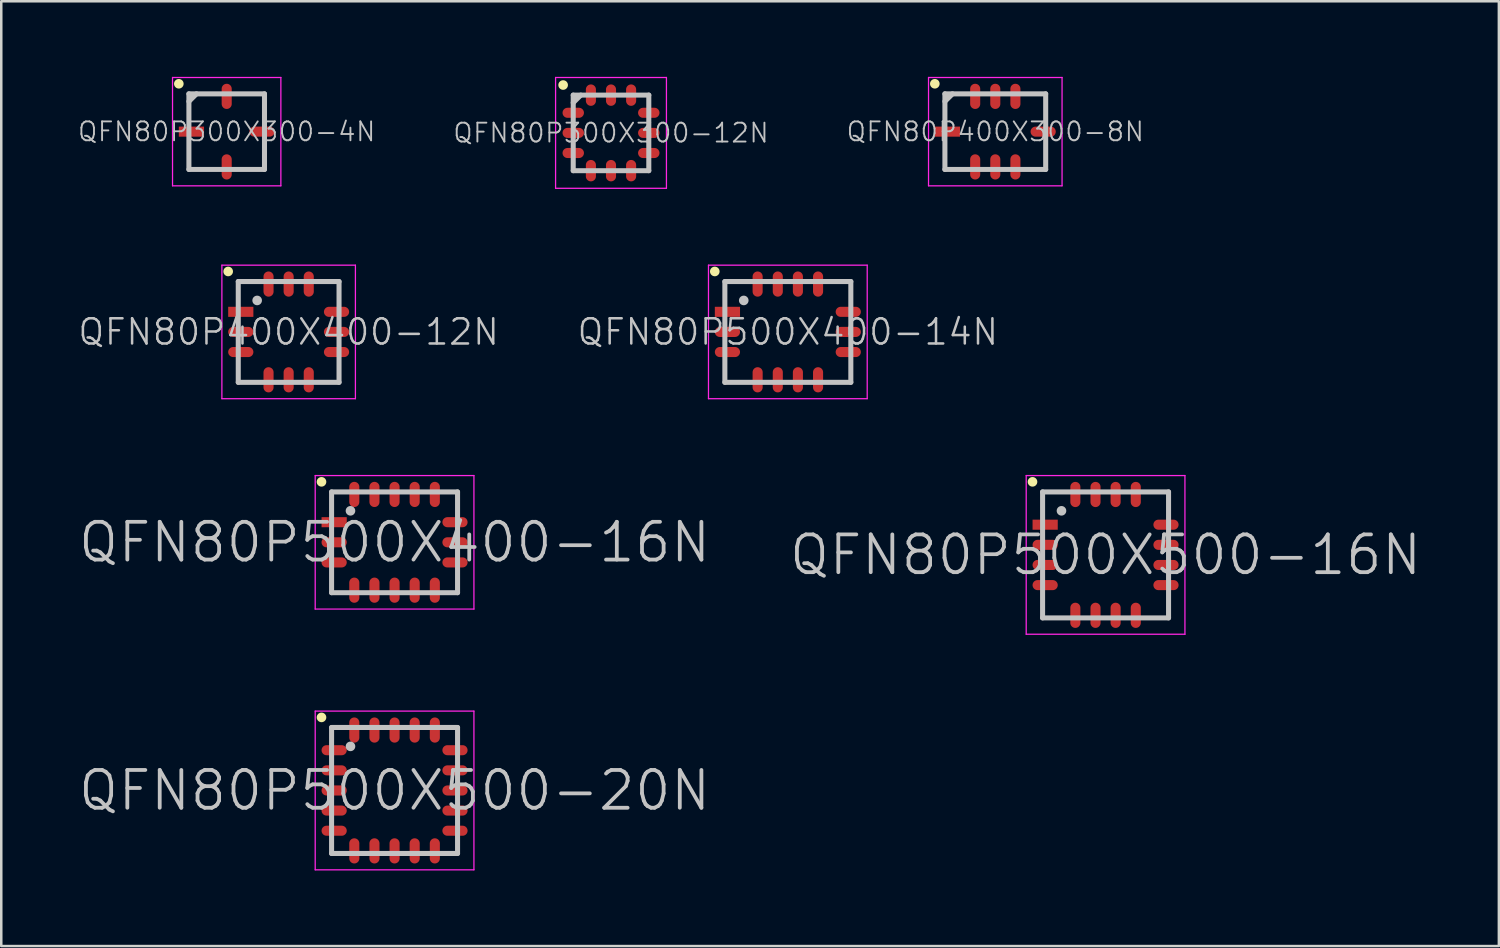
<source format=kicad_pcb>
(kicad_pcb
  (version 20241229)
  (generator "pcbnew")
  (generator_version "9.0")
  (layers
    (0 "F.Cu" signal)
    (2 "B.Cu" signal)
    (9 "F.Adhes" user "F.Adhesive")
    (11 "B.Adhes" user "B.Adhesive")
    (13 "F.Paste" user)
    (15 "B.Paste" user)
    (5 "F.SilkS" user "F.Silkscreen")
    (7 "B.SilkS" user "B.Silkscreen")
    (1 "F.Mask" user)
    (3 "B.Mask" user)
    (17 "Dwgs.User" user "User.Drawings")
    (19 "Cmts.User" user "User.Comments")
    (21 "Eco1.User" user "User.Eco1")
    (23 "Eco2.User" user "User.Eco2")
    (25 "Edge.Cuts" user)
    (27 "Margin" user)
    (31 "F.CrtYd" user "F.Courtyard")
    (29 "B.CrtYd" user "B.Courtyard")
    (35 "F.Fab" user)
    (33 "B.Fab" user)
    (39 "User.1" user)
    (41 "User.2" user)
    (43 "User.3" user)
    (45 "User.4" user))
  (footprint "QFN80P400X400-12N"
    (layer "F.Cu")
    (at 8.407 10.125)
    (property "Reference" "QFN80P400X400-12N" (at 0 0 0) (layer "Dwgs.User") (effects (font (size 1 1) (thickness 0.1))))
    (attr smd)
    (fp_line (start -2.4 -2.4) (end -2.4 -2.4) (stroke (width 0.381) (type solid)) (layer "F.SilkS"))
    (fp_line (start -2 -2) (end -2 2) (stroke (width 0.2) (type solid)) (layer "Dwgs.User"))
    (fp_line (start -2 -2) (end 2 -2) (stroke (width 0.2) (type solid)) (layer "Dwgs.User"))
    (fp_line (start -2 2) (end 2 2) (stroke (width 0.2) (type solid)) (layer "Dwgs.User"))
    (fp_line (start -1.25 -1.25) (end -1.25 -1.25) (stroke (width 0.381) (type solid)) (layer "Dwgs.User"))
    (fp_line (start 2 -2) (end 2 2) (stroke (width 0.2) (type solid)) (layer "Dwgs.User"))
    (fp_line (start -2.65 -2.65) (end -2.65 2.65) (stroke (width 0.05) (type solid)) (layer "F.CrtYd"))
    (fp_line (start -2.65 -2.65) (end 2.65 -2.65) (stroke (width 0.05) (type solid)) (layer "F.CrtYd"))
    (fp_line (start -2.65 2.65) (end 2.65 2.65) (stroke (width 0.05) (type solid)) (layer "F.CrtYd"))
    (fp_line (start 2.65 -2.65) (end 2.65 2.65) (stroke (width 0.05) (type solid)) (layer "F.CrtYd"))
    (pad "1" smd rect (at -1.9 -0.798 90) (size 0.4 1) (layers "F.Cu" "F.Mask" "F.Paste"))
    (pad "2" smd oval (at -1.9 0 90) (size 0.4 1) (layers "F.Cu" "F.Mask" "F.Paste"))
    (pad "3" smd oval (at -1.9 0.798 90) (size 0.4 1) (layers "F.Cu" "F.Mask" "F.Paste"))
    (pad "4" smd oval (at -0.798 1.9 180) (size 0.4 1) (layers "F.Cu" "F.Mask" "F.Paste"))
    (pad "5" smd oval (at 0 1.9 180) (size 0.4 1) (layers "F.Cu" "F.Mask" "F.Paste"))
    (pad "6" smd oval (at 0.798 1.9 180) (size 0.4 1) (layers "F.Cu" "F.Mask" "F.Paste"))
    (pad "7" smd oval (at 1.9 0.798 270) (size 0.4 1) (layers "F.Cu" "F.Mask" "F.Paste"))
    (pad "8" smd oval (at 1.9 0 270) (size 0.4 1) (layers "F.Cu" "F.Mask" "F.Paste"))
    (pad "9" smd oval (at 1.9 -0.798 270) (size 0.4 1) (layers "F.Cu" "F.Mask" "F.Paste"))
    (pad "10" smd oval (at 0.798 -1.9) (size 0.4 1) (layers "F.Cu" "F.Mask" "F.Paste"))
    (pad "11" smd oval (at 0 -1.9) (size 0.4 1) (layers "F.Cu" "F.Mask" "F.Paste"))
    (pad "12" smd oval (at -0.798 -1.9) (size 0.4 1) (layers "F.Cu" "F.Mask" "F.Paste")))
  (footprint "QFN80P500X400-16N"
    (layer "F.Cu")
    (at 12.611 18.475)
    (property "Reference" "QFN80P500X400-16N" (at 0 0 0) (layer "Dwgs.User") (effects (font (size 1.5 1.5) (thickness 0.15))))
    (attr smd)
    (fp_line (start -2.9 -2.4) (end -2.9 -2.4) (stroke (width 0.381) (type solid)) (layer "F.SilkS"))
    (fp_line (start -2.5 -2) (end -2.5 2) (stroke (width 0.2) (type solid)) (layer "Dwgs.User"))
    (fp_line (start -2.5 -2) (end 2.5 -2) (stroke (width 0.2) (type solid)) (layer "Dwgs.User"))
    (fp_line (start -2.5 2) (end 2.5 2) (stroke (width 0.2) (type solid)) (layer "Dwgs.User"))
    (fp_line (start -1.75 -1.25) (end -1.75 -1.25) (stroke (width 0.381) (type solid)) (layer "Dwgs.User"))
    (fp_line (start 2.5 -2) (end 2.5 2) (stroke (width 0.2) (type solid)) (layer "Dwgs.User"))
    (fp_line (start -3.15 -2.65) (end -3.15 2.65) (stroke (width 0.05) (type solid)) (layer "F.CrtYd"))
    (fp_line (start -3.15 -2.65) (end 3.15 -2.65) (stroke (width 0.05) (type solid)) (layer "F.CrtYd"))
    (fp_line (start -3.15 2.65) (end 3.15 2.65) (stroke (width 0.05) (type solid)) (layer "F.CrtYd"))
    (fp_line (start 3.15 -2.65) (end 3.15 2.65) (stroke (width 0.05) (type solid)) (layer "F.CrtYd"))
    (pad "1" smd rect (at -2.398 -0.798 90) (size 0.4 1) (layers "F.Cu" "F.Mask" "F.Paste"))
    (pad "2" smd oval (at -2.398 0 90) (size 0.4 1) (layers "F.Cu" "F.Mask" "F.Paste"))
    (pad "3" smd oval (at -2.398 0.798 90) (size 0.4 1) (layers "F.Cu" "F.Mask" "F.Paste"))
    (pad "4" smd oval (at -1.598 1.9 180) (size 0.4 1) (layers "F.Cu" "F.Mask" "F.Paste"))
    (pad "5" smd oval (at -0.798 1.9 180) (size 0.4 1) (layers "F.Cu" "F.Mask" "F.Paste"))
    (pad "6" smd oval (at 0 1.9 180) (size 0.4 1) (layers "F.Cu" "F.Mask" "F.Paste"))
    (pad "7" smd oval (at 0.798 1.9 180) (size 0.4 1) (layers "F.Cu" "F.Mask" "F.Paste"))
    (pad "8" smd oval (at 1.598 1.9 180) (size 0.4 1) (layers "F.Cu" "F.Mask" "F.Paste"))
    (pad "9" smd oval (at 2.398 0.798 270) (size 0.4 1) (layers "F.Cu" "F.Mask" "F.Paste"))
    (pad "10" smd oval (at 2.398 0 270) (size 0.4 1) (layers "F.Cu" "F.Mask" "F.Paste"))
    (pad "11" smd oval (at 2.398 -0.798 270) (size 0.4 1) (layers "F.Cu" "F.Mask" "F.Paste"))
    (pad "12" smd oval (at 1.598 -1.9) (size 0.4 1) (layers "F.Cu" "F.Mask" "F.Paste"))
    (pad "13" smd oval (at 0.798 -1.9) (size 0.4 1) (layers "F.Cu" "F.Mask" "F.Paste"))
    (pad "14" smd oval (at 0 -1.9) (size 0.4 1) (layers "F.Cu" "F.Mask" "F.Paste"))
    (pad "15" smd oval (at -0.798 -1.9) (size 0.4 1) (layers "F.Cu" "F.Mask" "F.Paste"))
    (pad "16" smd oval (at -1.598 -1.9) (size 0.4 1) (layers "F.Cu" "F.Mask" "F.Paste")))
  (footprint "QFN80P500X400-14N"
    (layer "F.Cu")
    (at 28.221 10.125)
    (property "Reference" "QFN80P500X400-14N" (at 0 0 0) (layer "Dwgs.User") (effects (font (size 1 1) (thickness 0.1))))
    (attr smd)
    (fp_line (start -2.9 -2.4) (end -2.9 -2.4) (stroke (width 0.381) (type solid)) (layer "F.SilkS"))
    (fp_line (start -2.5 -2) (end -2.5 2) (stroke (width 0.2) (type solid)) (layer "Dwgs.User"))
    (fp_line (start -2.5 -2) (end 2.5 -2) (stroke (width 0.2) (type solid)) (layer "Dwgs.User"))
    (fp_line (start -2.5 2) (end 2.5 2) (stroke (width 0.2) (type solid)) (layer "Dwgs.User"))
    (fp_line (start -1.75 -1.25) (end -1.75 -1.25) (stroke (width 0.381) (type solid)) (layer "Dwgs.User"))
    (fp_line (start 2.5 -2) (end 2.5 2) (stroke (width 0.2) (type solid)) (layer "Dwgs.User"))
    (fp_line (start -3.15 -2.65) (end -3.15 2.65) (stroke (width 0.05) (type solid)) (layer "F.CrtYd"))
    (fp_line (start -3.15 -2.65) (end 3.15 -2.65) (stroke (width 0.05) (type solid)) (layer "F.CrtYd"))
    (fp_line (start -3.15 2.65) (end 3.15 2.65) (stroke (width 0.05) (type solid)) (layer "F.CrtYd"))
    (fp_line (start 3.15 -2.65) (end 3.15 2.65) (stroke (width 0.05) (type solid)) (layer "F.CrtYd"))
    (pad "1" smd rect (at -2.398 -0.798 90) (size 0.4 1) (layers "F.Cu" "F.Mask" "F.Paste"))
    (pad "2" smd oval (at -2.398 0 90) (size 0.4 1) (layers "F.Cu" "F.Mask" "F.Paste"))
    (pad "3" smd oval (at -2.398 0.798 90) (size 0.4 1) (layers "F.Cu" "F.Mask" "F.Paste"))
    (pad "4" smd oval (at -1.199 1.9 180) (size 0.4 1) (layers "F.Cu" "F.Mask" "F.Paste"))
    (pad "5" smd oval (at -0.399 1.9 180) (size 0.4 1) (layers "F.Cu" "F.Mask" "F.Paste"))
    (pad "6" smd oval (at 0.399 1.9 180) (size 0.4 1) (layers "F.Cu" "F.Mask" "F.Paste"))
    (pad "7" smd oval (at 1.199 1.9 180) (size 0.4 1) (layers "F.Cu" "F.Mask" "F.Paste"))
    (pad "8" smd oval (at 2.398 0.798 270) (size 0.4 1) (layers "F.Cu" "F.Mask" "F.Paste"))
    (pad "9" smd oval (at 2.398 0 270) (size 0.4 1) (layers "F.Cu" "F.Mask" "F.Paste"))
    (pad "10" smd oval (at 2.398 -0.798 270) (size 0.4 1) (layers "F.Cu" "F.Mask" "F.Paste"))
    (pad "11" smd oval (at 1.199 -1.9) (size 0.4 1) (layers "F.Cu" "F.Mask" "F.Paste"))
    (pad "12" smd oval (at 0.399 -1.9) (size 0.4 1) (layers "F.Cu" "F.Mask" "F.Paste"))
    (pad "13" smd oval (at -0.399 -1.9) (size 0.4 1) (layers "F.Cu" "F.Mask" "F.Paste"))
    (pad "14" smd oval (at -1.199 -1.9) (size 0.4 1) (layers "F.Cu" "F.Mask" "F.Paste")))
  (footprint "QFN80P300X300-4N"
    (layer "F.Cu")
    (at 5.948 2.175)
    (property "Reference" "QFN80P300X300-4N" (at 0 0 0) (layer "Dwgs.User") (effects (font (size 0.75 0.75) (thickness 0.075))))
    (attr smd)
    (fp_line (start -1.9 -1.9) (end -1.9 -1.9) (stroke (width 0.381) (type solid)) (layer "F.SilkS"))
    (fp_line (start -1.5 -1.5) (end -1.5 1.5) (stroke (width 0.2) (type solid)) (layer "Dwgs.User"))
    (fp_line (start -1.5 -1.5) (end 1.5 -1.5) (stroke (width 0.2) (type solid)) (layer "Dwgs.User"))
    (fp_line (start -1.5 -1.2) (end -1.2 -1.5) (stroke (width 0.2) (type solid)) (layer "Dwgs.User"))
    (fp_line (start -1.5 1.5) (end 1.5 1.5) (stroke (width 0.2) (type solid)) (layer "Dwgs.User"))
    (fp_line (start 1.5 -1.5) (end 1.5 1.5) (stroke (width 0.2) (type solid)) (layer "Dwgs.User"))
    (fp_line (start -2.15 -2.15) (end -2.15 2.15) (stroke (width 0.05) (type solid)) (layer "F.CrtYd"))
    (fp_line (start -2.15 -2.15) (end 2.15 -2.15) (stroke (width 0.05) (type solid)) (layer "F.CrtYd"))
    (fp_line (start -2.15 2.15) (end 2.15 2.15) (stroke (width 0.05) (type solid)) (layer "F.CrtYd"))
    (fp_line (start 2.15 -2.15) (end 2.15 2.15) (stroke (width 0.05) (type solid)) (layer "F.CrtYd"))
    (pad "1" smd rect (at -1.4 0 90) (size 0.4 1) (layers "F.Cu" "F.Mask" "F.Paste"))
    (pad "2" smd oval (at 0 1.4 180) (size 0.4 1) (layers "F.Cu" "F.Mask" "F.Paste"))
    (pad "3" smd oval (at 1.4 0 270) (size 0.4 1) (layers "F.Cu" "F.Mask" "F.Paste"))
    (pad "4" smd oval (at 0 -1.4) (size 0.4 1) (layers "F.Cu" "F.Mask" "F.Paste")))
  (footprint "QFN80P500X500-16N"
    (layer "F.Cu")
    (at 40.832 18.975)
    (property "Reference" "QFN80P500X500-16N" (at 0 0 0) (layer "Dwgs.User") (effects (font (size 1.5 1.5) (thickness 0.15))))
    (attr smd)
    (fp_line (start -2.9 -2.9) (end -2.9 -2.9) (stroke (width 0.381) (type solid)) (layer "F.SilkS"))
    (fp_line (start -2.5 -2.5) (end -2.5 2.5) (stroke (width 0.2) (type solid)) (layer "Dwgs.User"))
    (fp_line (start -2.5 -2.5) (end 2.5 -2.5) (stroke (width 0.2) (type solid)) (layer "Dwgs.User"))
    (fp_line (start -2.5 2.5) (end 2.5 2.5) (stroke (width 0.2) (type solid)) (layer "Dwgs.User"))
    (fp_line (start -1.75 -1.75) (end -1.75 -1.75) (stroke (width 0.381) (type solid)) (layer "Dwgs.User"))
    (fp_line (start 2.5 -2.5) (end 2.5 2.5) (stroke (width 0.2) (type solid)) (layer "Dwgs.User"))
    (fp_line (start -3.15 -3.15) (end -3.15 3.15) (stroke (width 0.05) (type solid)) (layer "F.CrtYd"))
    (fp_line (start -3.15 -3.15) (end 3.15 -3.15) (stroke (width 0.05) (type solid)) (layer "F.CrtYd"))
    (fp_line (start -3.15 3.15) (end 3.15 3.15) (stroke (width 0.05) (type solid)) (layer "F.CrtYd"))
    (fp_line (start 3.15 -3.15) (end 3.15 3.15) (stroke (width 0.05) (type solid)) (layer "F.CrtYd"))
    (pad "1" smd rect (at -2.398 -1.199 90) (size 0.4 1) (layers "F.Cu" "F.Mask" "F.Paste"))
    (pad "2" smd oval (at -2.398 -0.399 90) (size 0.4 1) (layers "F.Cu" "F.Mask" "F.Paste"))
    (pad "3" smd oval (at -2.398 0.399 90) (size 0.4 1) (layers "F.Cu" "F.Mask" "F.Paste"))
    (pad "4" smd oval (at -2.398 1.199 90) (size 0.4 1) (layers "F.Cu" "F.Mask" "F.Paste"))
    (pad "5" smd oval (at -1.199 2.398 180) (size 0.4 1) (layers "F.Cu" "F.Mask" "F.Paste"))
    (pad "6" smd oval (at -0.399 2.398 180) (size 0.4 1) (layers "F.Cu" "F.Mask" "F.Paste"))
    (pad "7" smd oval (at 0.399 2.398 180) (size 0.4 1) (layers "F.Cu" "F.Mask" "F.Paste"))
    (pad "8" smd oval (at 1.199 2.398 180) (size 0.4 1) (layers "F.Cu" "F.Mask" "F.Paste"))
    (pad "9" smd oval (at 2.398 1.199 270) (size 0.4 1) (layers "F.Cu" "F.Mask" "F.Paste"))
    (pad "10" smd oval (at 2.398 0.399 270) (size 0.4 1) (layers "F.Cu" "F.Mask" "F.Paste"))
    (pad "11" smd oval (at 2.398 -0.399 270) (size 0.4 1) (layers "F.Cu" "F.Mask" "F.Paste"))
    (pad "12" smd oval (at 2.398 -1.199 270) (size 0.4 1) (layers "F.Cu" "F.Mask" "F.Paste"))
    (pad "13" smd oval (at 1.199 -2.398) (size 0.4 1) (layers "F.Cu" "F.Mask" "F.Paste"))
    (pad "14" smd oval (at 0.399 -2.398) (size 0.4 1) (layers "F.Cu" "F.Mask" "F.Paste"))
    (pad "15" smd oval (at -0.399 -2.398) (size 0.4 1) (layers "F.Cu" "F.Mask" "F.Paste"))
    (pad "16" smd oval (at -1.199 -2.398) (size 0.4 1) (layers "F.Cu" "F.Mask" "F.Paste")))
  (footprint "QFN80P300X300-12N"
    (layer "F.Cu")
    (at 21.202 2.225)
    (property "Reference" "QFN80P300X300-12N" (at 0 0 0) (layer "Dwgs.User") (effects (font (size 0.75 0.75) (thickness 0.075))))
    (attr smd)
    (fp_line (start -1.9 -1.9) (end -1.9 -1.9) (stroke (width 0.381) (type solid)) (layer "F.SilkS"))
    (fp_line (start -1.5 -1.5) (end -1.5 1.5) (stroke (width 0.2) (type solid)) (layer "Dwgs.User"))
    (fp_line (start -1.5 -1.5) (end 1.5 -1.5) (stroke (width 0.2) (type solid)) (layer "Dwgs.User"))
    (fp_line (start -1.5 -1.2) (end -1.2 -1.5) (stroke (width 0.2) (type solid)) (layer "Dwgs.User"))
    (fp_line (start -1.5 1.5) (end 1.5 1.5) (stroke (width 0.2) (type solid)) (layer "Dwgs.User"))
    (fp_line (start 1.5 -1.5) (end 1.5 1.5) (stroke (width 0.2) (type solid)) (layer "Dwgs.User"))
    (fp_line (start -2.2 -2.2) (end -2.2 2.2) (stroke (width 0.05) (type solid)) (layer "F.CrtYd"))
    (fp_line (start -2.2 -2.2) (end 2.2 -2.2) (stroke (width 0.05) (type solid)) (layer "F.CrtYd"))
    (fp_line (start -2.2 2.2) (end 2.2 2.2) (stroke (width 0.05) (type solid)) (layer "F.CrtYd"))
    (fp_line (start 2.2 -2.2) (end 2.2 2.2) (stroke (width 0.05) (type solid)) (layer "F.CrtYd"))
    (pad "1" smd oval (at -1.499 -0.798 90) (size 0.4 0.85) (layers "F.Cu" "F.Mask" "F.Paste"))
    (pad "2" smd oval (at -1.499 0 90) (size 0.4 0.85) (layers "F.Cu" "F.Mask" "F.Paste"))
    (pad "3" smd oval (at -1.499 0.798 90) (size 0.4 0.85) (layers "F.Cu" "F.Mask" "F.Paste"))
    (pad "4" smd oval (at -0.798 1.499 180) (size 0.4 0.85) (layers "F.Cu" "F.Mask" "F.Paste"))
    (pad "5" smd oval (at 0 1.499 180) (size 0.4 0.85) (layers "F.Cu" "F.Mask" "F.Paste"))
    (pad "6" smd oval (at 0.798 1.499 180) (size 0.4 0.85) (layers "F.Cu" "F.Mask" "F.Paste"))
    (pad "7" smd oval (at 1.499 0.798 270) (size 0.4 0.85) (layers "F.Cu" "F.Mask" "F.Paste"))
    (pad "8" smd oval (at 1.499 0 270) (size 0.4 0.85) (layers "F.Cu" "F.Mask" "F.Paste"))
    (pad "9" smd oval (at 1.499 -0.798 270) (size 0.4 0.85) (layers "F.Cu" "F.Mask" "F.Paste"))
    (pad "10" smd oval (at 0.798 -1.499) (size 0.4 0.85) (layers "F.Cu" "F.Mask" "F.Paste"))
    (pad "11" smd oval (at 0 -1.499) (size 0.4 0.85) (layers "F.Cu" "F.Mask" "F.Paste"))
    (pad "12" smd oval (at -0.798 -1.499) (size 0.4 0.85) (layers "F.Cu" "F.Mask" "F.Paste")))
  (footprint "QFN80P400X300-8N"
    (layer "F.Cu")
    (at 36.455 2.175)
    (property "Reference" "QFN80P400X300-8N" (at 0 0 0) (layer "Dwgs.User") (effects (font (size 0.75 0.75) (thickness 0.075))))
    (attr smd)
    (fp_line (start -2.4 -1.9) (end -2.4 -1.9) (stroke (width 0.381) (type solid)) (layer "F.SilkS"))
    (fp_line (start -2 -1.5) (end -2 1.5) (stroke (width 0.2) (type solid)) (layer "Dwgs.User"))
    (fp_line (start -2 -1.5) (end 2 -1.5) (stroke (width 0.2) (type solid)) (layer "Dwgs.User"))
    (fp_line (start -2 -1.2) (end -1.7 -1.5) (stroke (width 0.2) (type solid)) (layer "Dwgs.User"))
    (fp_line (start -2 1.5) (end 2 1.5) (stroke (width 0.2) (type solid)) (layer "Dwgs.User"))
    (fp_line (start 2 -1.5) (end 2 1.5) (stroke (width 0.2) (type solid)) (layer "Dwgs.User"))
    (fp_line (start -2.65 -2.15) (end -2.65 2.15) (stroke (width 0.05) (type solid)) (layer "F.CrtYd"))
    (fp_line (start -2.65 -2.15) (end 2.65 -2.15) (stroke (width 0.05) (type solid)) (layer "F.CrtYd"))
    (fp_line (start -2.65 2.15) (end 2.65 2.15) (stroke (width 0.05) (type solid)) (layer "F.CrtYd"))
    (fp_line (start 2.65 -2.15) (end 2.65 2.15) (stroke (width 0.05) (type solid)) (layer "F.CrtYd"))
    (pad "1" smd rect (at -1.9 0 90) (size 0.4 1) (layers "F.Cu" "F.Mask" "F.Paste"))
    (pad "2" smd oval (at -0.798 1.4 180) (size 0.4 1) (layers "F.Cu" "F.Mask" "F.Paste"))
    (pad "3" smd oval (at 0 1.4 180) (size 0.4 1) (layers "F.Cu" "F.Mask" "F.Paste"))
    (pad "4" smd oval (at 0.798 1.4 180) (size 0.4 1) (layers "F.Cu" "F.Mask" "F.Paste"))
    (pad "5" smd oval (at 1.9 0 270) (size 0.4 1) (layers "F.Cu" "F.Mask" "F.Paste"))
    (pad "6" smd oval (at 0.798 -1.4) (size 0.4 1) (layers "F.Cu" "F.Mask" "F.Paste"))
    (pad "7" smd oval (at 0 -1.4) (size 0.4 1) (layers "F.Cu" "F.Mask" "F.Paste"))
    (pad "8" smd oval (at -0.798 -1.4) (size 0.4 1) (layers "F.Cu" "F.Mask" "F.Paste")))
  (footprint "QFN80P500X500-20N"
    (layer "F.Cu")
    (at 12.611 28.325)
    (property "Reference" "QFN80P500X500-20N" (at 0 0 0) (layer "Dwgs.User") (effects (font (size 1.5 1.5) (thickness 0.15))))
    (attr smd)
    (fp_line (start -2.9 -2.9) (end -2.9 -2.9) (stroke (width 0.381) (type solid)) (layer "F.SilkS"))
    (fp_line (start -2.5 -2.5) (end -2.5 2.5) (stroke (width 0.2) (type solid)) (layer "Dwgs.User"))
    (fp_line (start -2.5 -2.5) (end 2.5 -2.5) (stroke (width 0.2) (type solid)) (layer "Dwgs.User"))
    (fp_line (start -2.5 2.5) (end 2.5 2.5) (stroke (width 0.2) (type solid)) (layer "Dwgs.User"))
    (fp_line (start -1.75 -1.75) (end -1.75 -1.75) (stroke (width 0.381) (type solid)) (layer "Dwgs.User"))
    (fp_line (start 2.5 -2.5) (end 2.5 2.5) (stroke (width 0.2) (type solid)) (layer "Dwgs.User"))
    (fp_line (start -3.15 -3.15) (end -3.15 3.15) (stroke (width 0.05) (type solid)) (layer "F.CrtYd"))
    (fp_line (start -3.15 -3.15) (end 3.15 -3.15) (stroke (width 0.05) (type solid)) (layer "F.CrtYd"))
    (fp_line (start -3.15 3.15) (end 3.15 3.15) (stroke (width 0.05) (type solid)) (layer "F.CrtYd"))
    (fp_line (start 3.15 -3.15) (end 3.15 3.15) (stroke (width 0.05) (type solid)) (layer "F.CrtYd"))
    (pad "1" smd oval (at -2.398 -1.598 90) (size 0.4 1) (layers "F.Cu" "F.Mask" "F.Paste"))
    (pad "2" smd oval (at -2.398 -0.798 90) (size 0.4 1) (layers "F.Cu" "F.Mask" "F.Paste"))
    (pad "3" smd oval (at -2.398 0 90) (size 0.4 1) (layers "F.Cu" "F.Mask" "F.Paste"))
    (pad "4" smd oval (at -2.398 0.798 90) (size 0.4 1) (layers "F.Cu" "F.Mask" "F.Paste"))
    (pad "5" smd oval (at -2.398 1.598 90) (size 0.4 1) (layers "F.Cu" "F.Mask" "F.Paste"))
    (pad "6" smd oval (at -1.598 2.398 180) (size 0.4 1) (layers "F.Cu" "F.Mask" "F.Paste"))
    (pad "7" smd oval (at -0.798 2.398 180) (size 0.4 1) (layers "F.Cu" "F.Mask" "F.Paste"))
    (pad "8" smd oval (at 0 2.398 180) (size 0.4 1) (layers "F.Cu" "F.Mask" "F.Paste"))
    (pad "9" smd oval (at 0.798 2.398 180) (size 0.4 1) (layers "F.Cu" "F.Mask" "F.Paste"))
    (pad "10" smd oval (at 1.598 2.398 180) (size 0.4 1) (layers "F.Cu" "F.Mask" "F.Paste"))
    (pad "11" smd oval (at 2.398 1.598 270) (size 0.4 1) (layers "F.Cu" "F.Mask" "F.Paste"))
    (pad "12" smd oval (at 2.398 0.798 270) (size 0.4 1) (layers "F.Cu" "F.Mask" "F.Paste"))
    (pad "13" smd oval (at 2.398 0 270) (size 0.4 1) (layers "F.Cu" "F.Mask" "F.Paste"))
    (pad "14" smd oval (at 2.398 -0.798 270) (size 0.4 1) (layers "F.Cu" "F.Mask" "F.Paste"))
    (pad "15" smd oval (at 2.398 -1.598 270) (size 0.4 1) (layers "F.Cu" "F.Mask" "F.Paste"))
    (pad "16" smd oval (at 1.598 -2.398) (size 0.4 1) (layers "F.Cu" "F.Mask" "F.Paste"))
    (pad "17" smd oval (at 0.798 -2.398) (size 0.4 1) (layers "F.Cu" "F.Mask" "F.Paste"))
    (pad "18" smd oval (at 0 -2.398) (size 0.4 1) (layers "F.Cu" "F.Mask" "F.Paste"))
    (pad "19" smd oval (at -0.798 -2.398) (size 0.4 1) (layers "F.Cu" "F.Mask" "F.Paste"))
    (pad "20" smd oval (at -1.598 -2.398) (size 0.4 1) (layers "F.Cu" "F.Mask" "F.Paste")))
  (gr_rect
    (start -3 -3)
    (end 56.443 34.5)
    (stroke (width 0.1) (type default))
    (fill no)
    (layer "Edge.Cuts")))
</source>
